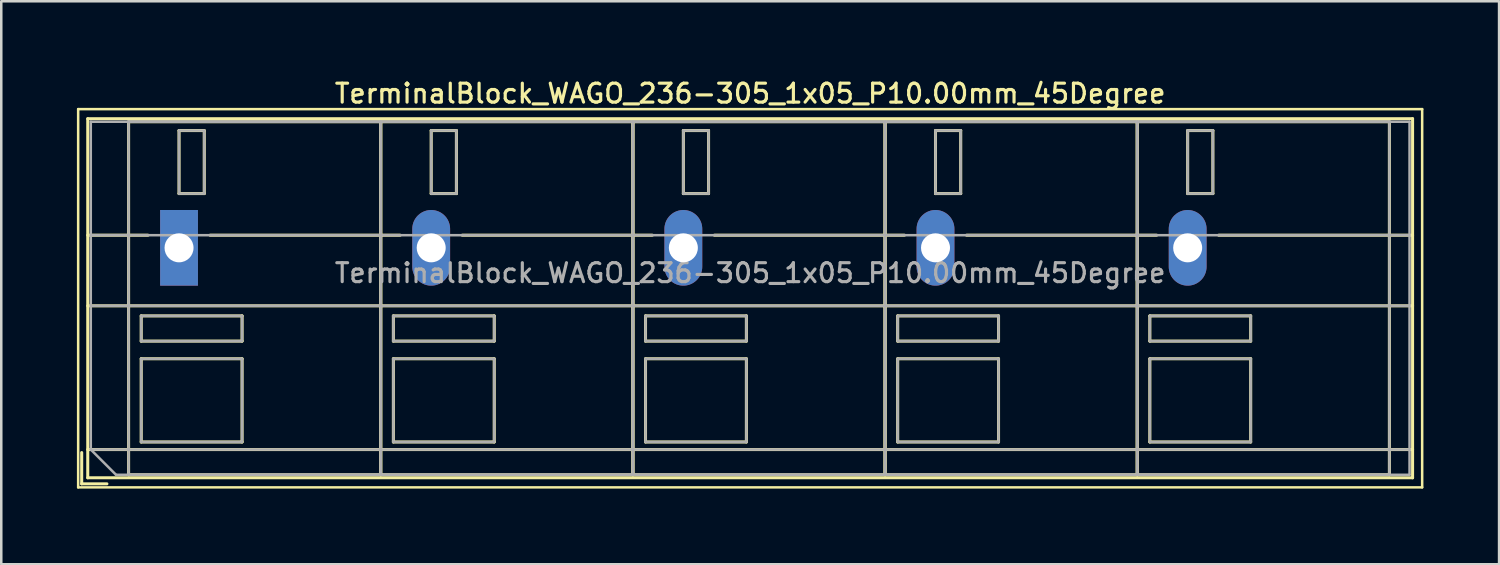
<source format=kicad_pcb>
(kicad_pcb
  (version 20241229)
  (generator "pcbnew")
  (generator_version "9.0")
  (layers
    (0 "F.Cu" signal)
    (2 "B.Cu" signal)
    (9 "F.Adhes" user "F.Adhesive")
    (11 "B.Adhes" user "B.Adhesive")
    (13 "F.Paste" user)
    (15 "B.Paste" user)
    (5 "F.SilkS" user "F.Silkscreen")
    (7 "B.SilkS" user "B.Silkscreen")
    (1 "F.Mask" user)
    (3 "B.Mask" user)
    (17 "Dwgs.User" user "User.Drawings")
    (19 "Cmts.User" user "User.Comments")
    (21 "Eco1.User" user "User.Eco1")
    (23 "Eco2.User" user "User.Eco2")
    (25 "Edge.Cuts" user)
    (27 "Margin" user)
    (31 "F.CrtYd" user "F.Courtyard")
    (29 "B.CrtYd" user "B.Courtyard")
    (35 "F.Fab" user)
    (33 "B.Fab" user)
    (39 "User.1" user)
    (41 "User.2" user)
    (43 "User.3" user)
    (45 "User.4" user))
  (footprint "TerminalBlock_WAGO_236-305_1x05_P10.00mm_45Degree"
    (layer "F.Cu")
    (at 4.05 6.778)
    (property "Reference" "TerminalBlock_WAGO_236-305_1x05_P10.00mm_45Degree" (at 22.65 -6.12 0) (layer "F.SilkS") (effects (font (size 0.75 0.75) (thickness 0.125))))
    (attr through_hole)
    (fp_line (start -4 -5.5) (end -4 9.5) (stroke (width 0.1) (type solid)) (layer "F.SilkS"))
    (fp_line (start -4 9.5) (end 49.3 9.5) (stroke (width 0.1) (type solid)) (layer "F.SilkS"))
    (fp_line (start -3.86 8.12) (end -3.86 9.36) (stroke (width 0.12) (type solid)) (layer "F.SilkS"))
    (fp_line (start -3.86 9.36) (end -2.86 9.36) (stroke (width 0.12) (type solid)) (layer "F.SilkS"))
    (fp_line (start -3.62 -5.12) (end -3.62 9.12) (stroke (width 0.12) (type solid)) (layer "F.SilkS"))
    (fp_line (start -3.62 -5.12) (end 48.92 -5.12) (stroke (width 0.12) (type solid)) (layer "F.SilkS"))
    (fp_line (start -3.62 -0.5) (end -1.23 -0.5) (stroke (width 0.12) (type solid)) (layer "F.SilkS"))
    (fp_line (start -3.62 2.3) (end 48.92 2.3) (stroke (width 0.12) (type solid)) (layer "F.SilkS"))
    (fp_line (start -3.62 8) (end 48.92 8) (stroke (width 0.12) (type solid)) (layer "F.SilkS"))
    (fp_line (start -3.62 9.12) (end 48.92 9.12) (stroke (width 0.12) (type solid)) (layer "F.SilkS"))
    (fp_line (start -2 -5) (end -2 9) (stroke (width 0.12) (type solid)) (layer "F.SilkS"))
    (fp_line (start -2 -5) (end 8 -5) (stroke (width 0.12) (type solid)) (layer "F.SilkS"))
    (fp_line (start -2 9) (end 8 9) (stroke (width 0.12) (type solid)) (layer "F.SilkS"))
    (fp_line (start -1.5 2.7) (end -1.5 3.7) (stroke (width 0.12) (type solid)) (layer "F.SilkS"))
    (fp_line (start -1.5 2.7) (end 2.5 2.7) (stroke (width 0.12) (type solid)) (layer "F.SilkS"))
    (fp_line (start -1.5 3.7) (end 2.5 3.7) (stroke (width 0.12) (type solid)) (layer "F.SilkS"))
    (fp_line (start -1.5 4.4) (end -1.5 7.7) (stroke (width 0.12) (type solid)) (layer "F.SilkS"))
    (fp_line (start -1.5 4.4) (end 2.5 4.4) (stroke (width 0.12) (type solid)) (layer "F.SilkS"))
    (fp_line (start -1.5 7.7) (end 2.5 7.7) (stroke (width 0.12) (type solid)) (layer "F.SilkS"))
    (fp_line (start 0 -4.65) (end 0 -2.151) (stroke (width 0.12) (type solid)) (layer "F.SilkS"))
    (fp_line (start 0 -4.65) (end 1 -4.65) (stroke (width 0.12) (type solid)) (layer "F.SilkS"))
    (fp_line (start 0 -2.151) (end 1 -2.151) (stroke (width 0.12) (type solid)) (layer "F.SilkS"))
    (fp_line (start 1 -4.65) (end 1 -2.151) (stroke (width 0.12) (type solid)) (layer "F.SilkS"))
    (fp_line (start 1.23 -0.5) (end 8.77 -0.5) (stroke (width 0.12) (type solid)) (layer "F.SilkS"))
    (fp_line (start 2.5 2.7) (end 2.5 3.7) (stroke (width 0.12) (type solid)) (layer "F.SilkS"))
    (fp_line (start 2.5 4.4) (end 2.5 7.7) (stroke (width 0.12) (type solid)) (layer "F.SilkS"))
    (fp_line (start 8 -5) (end 8 9) (stroke (width 0.12) (type solid)) (layer "F.SilkS"))
    (fp_line (start 8 -5) (end 8 9) (stroke (width 0.12) (type solid)) (layer "F.SilkS"))
    (fp_line (start 8 -5) (end 18 -5) (stroke (width 0.12) (type solid)) (layer "F.SilkS"))
    (fp_line (start 8 9) (end 18 9) (stroke (width 0.12) (type solid)) (layer "F.SilkS"))
    (fp_line (start 8.5 2.7) (end 8.5 3.7) (stroke (width 0.12) (type solid)) (layer "F.SilkS"))
    (fp_line (start 8.5 2.7) (end 12.5 2.7) (stroke (width 0.12) (type solid)) (layer "F.SilkS"))
    (fp_line (start 8.5 3.7) (end 12.5 3.7) (stroke (width 0.12) (type solid)) (layer "F.SilkS"))
    (fp_line (start 8.5 4.4) (end 8.5 7.7) (stroke (width 0.12) (type solid)) (layer "F.SilkS"))
    (fp_line (start 8.5 4.4) (end 12.5 4.4) (stroke (width 0.12) (type solid)) (layer "F.SilkS"))
    (fp_line (start 8.5 7.7) (end 12.5 7.7) (stroke (width 0.12) (type solid)) (layer "F.SilkS"))
    (fp_line (start 10 -4.65) (end 10 -2.151) (stroke (width 0.12) (type solid)) (layer "F.SilkS"))
    (fp_line (start 10 -4.65) (end 11 -4.65) (stroke (width 0.12) (type solid)) (layer "F.SilkS"))
    (fp_line (start 10 -2.151) (end 11 -2.151) (stroke (width 0.12) (type solid)) (layer "F.SilkS"))
    (fp_line (start 11 -4.65) (end 11 -2.151) (stroke (width 0.12) (type solid)) (layer "F.SilkS"))
    (fp_line (start 11.23 -0.5) (end 18.77 -0.5) (stroke (width 0.12) (type solid)) (layer "F.SilkS"))
    (fp_line (start 12.5 2.7) (end 12.5 3.7) (stroke (width 0.12) (type solid)) (layer "F.SilkS"))
    (fp_line (start 12.5 4.4) (end 12.5 7.7) (stroke (width 0.12) (type solid)) (layer "F.SilkS"))
    (fp_line (start 18 -5) (end 18 9) (stroke (width 0.12) (type solid)) (layer "F.SilkS"))
    (fp_line (start 18 -5) (end 18 9) (stroke (width 0.12) (type solid)) (layer "F.SilkS"))
    (fp_line (start 18 -5) (end 28 -5) (stroke (width 0.12) (type solid)) (layer "F.SilkS"))
    (fp_line (start 18 9) (end 28 9) (stroke (width 0.12) (type solid)) (layer "F.SilkS"))
    (fp_line (start 18.5 2.7) (end 18.5 3.7) (stroke (width 0.12) (type solid)) (layer "F.SilkS"))
    (fp_line (start 18.5 2.7) (end 22.5 2.7) (stroke (width 0.12) (type solid)) (layer "F.SilkS"))
    (fp_line (start 18.5 3.7) (end 22.5 3.7) (stroke (width 0.12) (type solid)) (layer "F.SilkS"))
    (fp_line (start 18.5 4.4) (end 18.5 7.7) (stroke (width 0.12) (type solid)) (layer "F.SilkS"))
    (fp_line (start 18.5 4.4) (end 22.5 4.4) (stroke (width 0.12) (type solid)) (layer "F.SilkS"))
    (fp_line (start 18.5 7.7) (end 22.5 7.7) (stroke (width 0.12) (type solid)) (layer "F.SilkS"))
    (fp_line (start 20 -4.65) (end 20 -2.151) (stroke (width 0.12) (type solid)) (layer "F.SilkS"))
    (fp_line (start 20 -4.65) (end 21 -4.65) (stroke (width 0.12) (type solid)) (layer "F.SilkS"))
    (fp_line (start 20 -2.151) (end 21 -2.151) (stroke (width 0.12) (type solid)) (layer "F.SilkS"))
    (fp_line (start 21 -4.65) (end 21 -2.151) (stroke (width 0.12) (type solid)) (layer "F.SilkS"))
    (fp_line (start 21.23 -0.5) (end 28.77 -0.5) (stroke (width 0.12) (type solid)) (layer "F.SilkS"))
    (fp_line (start 22.5 2.7) (end 22.5 3.7) (stroke (width 0.12) (type solid)) (layer "F.SilkS"))
    (fp_line (start 22.5 4.4) (end 22.5 7.7) (stroke (width 0.12) (type solid)) (layer "F.SilkS"))
    (fp_line (start 28 -5) (end 28 9) (stroke (width 0.12) (type solid)) (layer "F.SilkS"))
    (fp_line (start 28 -5) (end 28 9) (stroke (width 0.12) (type solid)) (layer "F.SilkS"))
    (fp_line (start 28 -5) (end 38 -5) (stroke (width 0.12) (type solid)) (layer "F.SilkS"))
    (fp_line (start 28 9) (end 38 9) (stroke (width 0.12) (type solid)) (layer "F.SilkS"))
    (fp_line (start 28.5 2.7) (end 28.5 3.7) (stroke (width 0.12) (type solid)) (layer "F.SilkS"))
    (fp_line (start 28.5 2.7) (end 32.5 2.7) (stroke (width 0.12) (type solid)) (layer "F.SilkS"))
    (fp_line (start 28.5 3.7) (end 32.5 3.7) (stroke (width 0.12) (type solid)) (layer "F.SilkS"))
    (fp_line (start 28.5 4.4) (end 28.5 7.7) (stroke (width 0.12) (type solid)) (layer "F.SilkS"))
    (fp_line (start 28.5 4.4) (end 32.5 4.4) (stroke (width 0.12) (type solid)) (layer "F.SilkS"))
    (fp_line (start 28.5 7.7) (end 32.5 7.7) (stroke (width 0.12) (type solid)) (layer "F.SilkS"))
    (fp_line (start 30 -4.65) (end 30 -2.151) (stroke (width 0.12) (type solid)) (layer "F.SilkS"))
    (fp_line (start 30 -4.65) (end 31 -4.65) (stroke (width 0.12) (type solid)) (layer "F.SilkS"))
    (fp_line (start 30 -2.151) (end 31 -2.151) (stroke (width 0.12) (type solid)) (layer "F.SilkS"))
    (fp_line (start 31 -4.65) (end 31 -2.151) (stroke (width 0.12) (type solid)) (layer "F.SilkS"))
    (fp_line (start 31.23 -0.5) (end 38.77 -0.5) (stroke (width 0.12) (type solid)) (layer "F.SilkS"))
    (fp_line (start 32.5 2.7) (end 32.5 3.7) (stroke (width 0.12) (type solid)) (layer "F.SilkS"))
    (fp_line (start 32.5 4.4) (end 32.5 7.7) (stroke (width 0.12) (type solid)) (layer "F.SilkS"))
    (fp_line (start 38 -5) (end 38 9) (stroke (width 0.12) (type solid)) (layer "F.SilkS"))
    (fp_line (start 38 -5) (end 38 9) (stroke (width 0.12) (type solid)) (layer "F.SilkS"))
    (fp_line (start 38 -5) (end 48 -5) (stroke (width 0.12) (type solid)) (layer "F.SilkS"))
    (fp_line (start 38 9) (end 48 9) (stroke (width 0.12) (type solid)) (layer "F.SilkS"))
    (fp_line (start 38.5 2.7) (end 38.5 3.7) (stroke (width 0.12) (type solid)) (layer "F.SilkS"))
    (fp_line (start 38.5 2.7) (end 42.5 2.7) (stroke (width 0.12) (type solid)) (layer "F.SilkS"))
    (fp_line (start 38.5 3.7) (end 42.5 3.7) (stroke (width 0.12) (type solid)) (layer "F.SilkS"))
    (fp_line (start 38.5 4.4) (end 38.5 7.7) (stroke (width 0.12) (type solid)) (layer "F.SilkS"))
    (fp_line (start 38.5 4.4) (end 42.5 4.4) (stroke (width 0.12) (type solid)) (layer "F.SilkS"))
    (fp_line (start 38.5 7.7) (end 42.5 7.7) (stroke (width 0.12) (type solid)) (layer "F.SilkS"))
    (fp_line (start 40 -4.65) (end 40 -2.151) (stroke (width 0.12) (type solid)) (layer "F.SilkS"))
    (fp_line (start 40 -4.65) (end 41 -4.65) (stroke (width 0.12) (type solid)) (layer "F.SilkS"))
    (fp_line (start 40 -2.151) (end 41 -2.151) (stroke (width 0.12) (type solid)) (layer "F.SilkS"))
    (fp_line (start 41 -4.65) (end 41 -2.151) (stroke (width 0.12) (type solid)) (layer "F.SilkS"))
    (fp_line (start 41.23 -0.5) (end 48.92 -0.5) (stroke (width 0.12) (type solid)) (layer "F.SilkS"))
    (fp_line (start 42.5 2.7) (end 42.5 3.7) (stroke (width 0.12) (type solid)) (layer "F.SilkS"))
    (fp_line (start 42.5 4.4) (end 42.5 7.7) (stroke (width 0.12) (type solid)) (layer "F.SilkS"))
    (fp_line (start 48 -5) (end 48 9) (stroke (width 0.12) (type solid)) (layer "F.SilkS"))
    (fp_line (start 48.92 -5.12) (end 48.92 9.12) (stroke (width 0.12) (type solid)) (layer "F.SilkS"))
    (fp_line (start 49.3 -5.5) (end -4 -5.5) (stroke (width 0.1) (type solid)) (layer "F.SilkS"))
    (fp_line (start 49.3 9.5) (end 49.3 -5.5) (stroke (width 0.1) (type solid)) (layer "F.SilkS"))
    (fp_line (start -3.5 -5) (end 48.8 -5) (stroke (width 0.1) (type solid)) (layer "F.Fab"))
    (fp_line (start -3.5 -0.5) (end 48.8 -0.5) (stroke (width 0.1) (type solid)) (layer "F.Fab"))
    (fp_line (start -3.5 2.3) (end 48.8 2.3) (stroke (width 0.1) (type solid)) (layer "F.Fab"))
    (fp_line (start -3.5 8) (end -3.5 -5) (stroke (width 0.1) (type solid)) (layer "F.Fab"))
    (fp_line (start -3.5 8) (end 48.8 8) (stroke (width 0.1) (type solid)) (layer "F.Fab"))
    (fp_line (start -2.5 9) (end -3.5 8) (stroke (width 0.1) (type solid)) (layer "F.Fab"))
    (fp_line (start -2 -5) (end -2 9) (stroke (width 0.1) (type solid)) (layer "F.Fab"))
    (fp_line (start -2 9) (end 8 9) (stroke (width 0.1) (type solid)) (layer "F.Fab"))
    (fp_line (start -1.5 2.7) (end -1.5 3.7) (stroke (width 0.1) (type solid)) (layer "F.Fab"))
    (fp_line (start -1.5 3.7) (end 2.5 3.7) (stroke (width 0.1) (type solid)) (layer "F.Fab"))
    (fp_line (start -1.5 4.4) (end -1.5 7.7) (stroke (width 0.1) (type solid)) (layer "F.Fab"))
    (fp_line (start -1.5 7.7) (end 2.5 7.7) (stroke (width 0.1) (type solid)) (layer "F.Fab"))
    (fp_line (start 0 -4.65) (end 0 -2.15) (stroke (width 0.1) (type solid)) (layer "F.Fab"))
    (fp_line (start 0 -2.15) (end 1 -2.15) (stroke (width 0.1) (type solid)) (layer "F.Fab"))
    (fp_line (start 1 -4.65) (end 0 -4.65) (stroke (width 0.1) (type solid)) (layer "F.Fab"))
    (fp_line (start 1 -2.15) (end 1 -4.65) (stroke (width 0.1) (type solid)) (layer "F.Fab"))
    (fp_line (start 2.5 2.7) (end -1.5 2.7) (stroke (width 0.1) (type solid)) (layer "F.Fab"))
    (fp_line (start 2.5 3.7) (end 2.5 2.7) (stroke (width 0.1) (type solid)) (layer "F.Fab"))
    (fp_line (start 2.5 4.4) (end -1.5 4.4) (stroke (width 0.1) (type solid)) (layer "F.Fab"))
    (fp_line (start 2.5 7.7) (end 2.5 4.4) (stroke (width 0.1) (type solid)) (layer "F.Fab"))
    (fp_line (start 8 -5) (end -2 -5) (stroke (width 0.1) (type solid)) (layer "F.Fab"))
    (fp_line (start 8 -5) (end 8 9) (stroke (width 0.1) (type solid)) (layer "F.Fab"))
    (fp_line (start 8 9) (end 8 -5) (stroke (width 0.1) (type solid)) (layer "F.Fab"))
    (fp_line (start 8 9) (end 18 9) (stroke (width 0.1) (type solid)) (layer "F.Fab"))
    (fp_line (start 8.5 2.7) (end 8.5 3.7) (stroke (width 0.1) (type solid)) (layer "F.Fab"))
    (fp_line (start 8.5 3.7) (end 12.5 3.7) (stroke (width 0.1) (type solid)) (layer "F.Fab"))
    (fp_line (start 8.5 4.4) (end 8.5 7.7) (stroke (width 0.1) (type solid)) (layer "F.Fab"))
    (fp_line (start 8.5 7.7) (end 12.5 7.7) (stroke (width 0.1) (type solid)) (layer "F.Fab"))
    (fp_line (start 10 -4.65) (end 10 -2.15) (stroke (width 0.1) (type solid)) (layer "F.Fab"))
    (fp_line (start 10 -2.15) (end 11 -2.15) (stroke (width 0.1) (type solid)) (layer "F.Fab"))
    (fp_line (start 11 -4.65) (end 10 -4.65) (stroke (width 0.1) (type solid)) (layer "F.Fab"))
    (fp_line (start 11 -2.15) (end 11 -4.65) (stroke (width 0.1) (type solid)) (layer "F.Fab"))
    (fp_line (start 12.5 2.7) (end 8.5 2.7) (stroke (width 0.1) (type solid)) (layer "F.Fab"))
    (fp_line (start 12.5 3.7) (end 12.5 2.7) (stroke (width 0.1) (type solid)) (layer "F.Fab"))
    (fp_line (start 12.5 4.4) (end 8.5 4.4) (stroke (width 0.1) (type solid)) (layer "F.Fab"))
    (fp_line (start 12.5 7.7) (end 12.5 4.4) (stroke (width 0.1) (type solid)) (layer "F.Fab"))
    (fp_line (start 18 -5) (end 8 -5) (stroke (width 0.1) (type solid)) (layer "F.Fab"))
    (fp_line (start 18 -5) (end 18 9) (stroke (width 0.1) (type solid)) (layer "F.Fab"))
    (fp_line (start 18 9) (end 18 -5) (stroke (width 0.1) (type solid)) (layer "F.Fab"))
    (fp_line (start 18 9) (end 28 9) (stroke (width 0.1) (type solid)) (layer "F.Fab"))
    (fp_line (start 18.5 2.7) (end 18.5 3.7) (stroke (width 0.1) (type solid)) (layer "F.Fab"))
    (fp_line (start 18.5 3.7) (end 22.5 3.7) (stroke (width 0.1) (type solid)) (layer "F.Fab"))
    (fp_line (start 18.5 4.4) (end 18.5 7.7) (stroke (width 0.1) (type solid)) (layer "F.Fab"))
    (fp_line (start 18.5 7.7) (end 22.5 7.7) (stroke (width 0.1) (type solid)) (layer "F.Fab"))
    (fp_line (start 20 -4.65) (end 20 -2.15) (stroke (width 0.1) (type solid)) (layer "F.Fab"))
    (fp_line (start 20 -2.15) (end 21 -2.15) (stroke (width 0.1) (type solid)) (layer "F.Fab"))
    (fp_line (start 21 -4.65) (end 20 -4.65) (stroke (width 0.1) (type solid)) (layer "F.Fab"))
    (fp_line (start 21 -2.15) (end 21 -4.65) (stroke (width 0.1) (type solid)) (layer "F.Fab"))
    (fp_line (start 22.5 2.7) (end 18.5 2.7) (stroke (width 0.1) (type solid)) (layer "F.Fab"))
    (fp_line (start 22.5 3.7) (end 22.5 2.7) (stroke (width 0.1) (type solid)) (layer "F.Fab"))
    (fp_line (start 22.5 4.4) (end 18.5 4.4) (stroke (width 0.1) (type solid)) (layer "F.Fab"))
    (fp_line (start 22.5 7.7) (end 22.5 4.4) (stroke (width 0.1) (type solid)) (layer "F.Fab"))
    (fp_line (start 28 -5) (end 18 -5) (stroke (width 0.1) (type solid)) (layer "F.Fab"))
    (fp_line (start 28 -5) (end 28 9) (stroke (width 0.1) (type solid)) (layer "F.Fab"))
    (fp_line (start 28 9) (end 28 -5) (stroke (width 0.1) (type solid)) (layer "F.Fab"))
    (fp_line (start 28 9) (end 38 9) (stroke (width 0.1) (type solid)) (layer "F.Fab"))
    (fp_line (start 28.5 2.7) (end 28.5 3.7) (stroke (width 0.1) (type solid)) (layer "F.Fab"))
    (fp_line (start 28.5 3.7) (end 32.5 3.7) (stroke (width 0.1) (type solid)) (layer "F.Fab"))
    (fp_line (start 28.5 4.4) (end 28.5 7.7) (stroke (width 0.1) (type solid)) (layer "F.Fab"))
    (fp_line (start 28.5 7.7) (end 32.5 7.7) (stroke (width 0.1) (type solid)) (layer "F.Fab"))
    (fp_line (start 30 -4.65) (end 30 -2.15) (stroke (width 0.1) (type solid)) (layer "F.Fab"))
    (fp_line (start 30 -2.15) (end 31 -2.15) (stroke (width 0.1) (type solid)) (layer "F.Fab"))
    (fp_line (start 31 -4.65) (end 30 -4.65) (stroke (width 0.1) (type solid)) (layer "F.Fab"))
    (fp_line (start 31 -2.15) (end 31 -4.65) (stroke (width 0.1) (type solid)) (layer "F.Fab"))
    (fp_line (start 32.5 2.7) (end 28.5 2.7) (stroke (width 0.1) (type solid)) (layer "F.Fab"))
    (fp_line (start 32.5 3.7) (end 32.5 2.7) (stroke (width 0.1) (type solid)) (layer "F.Fab"))
    (fp_line (start 32.5 4.4) (end 28.5 4.4) (stroke (width 0.1) (type solid)) (layer "F.Fab"))
    (fp_line (start 32.5 7.7) (end 32.5 4.4) (stroke (width 0.1) (type solid)) (layer "F.Fab"))
    (fp_line (start 38 -5) (end 28 -5) (stroke (width 0.1) (type solid)) (layer "F.Fab"))
    (fp_line (start 38 -5) (end 38 9) (stroke (width 0.1) (type solid)) (layer "F.Fab"))
    (fp_line (start 38 9) (end 38 -5) (stroke (width 0.1) (type solid)) (layer "F.Fab"))
    (fp_line (start 38 9) (end 48 9) (stroke (width 0.1) (type solid)) (layer "F.Fab"))
    (fp_line (start 38.5 2.7) (end 38.5 3.7) (stroke (width 0.1) (type solid)) (layer "F.Fab"))
    (fp_line (start 38.5 3.7) (end 42.5 3.7) (stroke (width 0.1) (type solid)) (layer "F.Fab"))
    (fp_line (start 38.5 4.4) (end 38.5 7.7) (stroke (width 0.1) (type solid)) (layer "F.Fab"))
    (fp_line (start 38.5 7.7) (end 42.5 7.7) (stroke (width 0.1) (type solid)) (layer "F.Fab"))
    (fp_line (start 40 -4.65) (end 40 -2.15) (stroke (width 0.1) (type solid)) (layer "F.Fab"))
    (fp_line (start 40 -2.15) (end 41 -2.15) (stroke (width 0.1) (type solid)) (layer "F.Fab"))
    (fp_line (start 41 -4.65) (end 40 -4.65) (stroke (width 0.1) (type solid)) (layer "F.Fab"))
    (fp_line (start 41 -2.15) (end 41 -4.65) (stroke (width 0.1) (type solid)) (layer "F.Fab"))
    (fp_line (start 42.5 2.7) (end 38.5 2.7) (stroke (width 0.1) (type solid)) (layer "F.Fab"))
    (fp_line (start 42.5 3.7) (end 42.5 2.7) (stroke (width 0.1) (type solid)) (layer "F.Fab"))
    (fp_line (start 42.5 4.4) (end 38.5 4.4) (stroke (width 0.1) (type solid)) (layer "F.Fab"))
    (fp_line (start 42.5 7.7) (end 42.5 4.4) (stroke (width 0.1) (type solid)) (layer "F.Fab"))
    (fp_line (start 48 -5) (end 38 -5) (stroke (width 0.1) (type solid)) (layer "F.Fab"))
    (fp_line (start 48 9) (end 48 -5) (stroke (width 0.1) (type solid)) (layer "F.Fab"))
    (fp_line (start 48.8 -5) (end 48.8 9) (stroke (width 0.1) (type solid)) (layer "F.Fab"))
    (fp_line (start 48.8 9) (end -2.5 9) (stroke (width 0.1) (type solid)) (layer "F.Fab"))
    (fp_text user "${REFERENCE}" (at 22.65 1 0) (layer "F.Fab") (effects (font (size 0.75 0.75) (thickness 0.125))))
    (pad "1" thru_hole rect (at 0 0) (size 1.5 3) (drill 1.15) (layers "*.Cu" "*.Mask"))
    (pad "2" thru_hole oval (at 10 0) (size 1.5 3) (drill 1.15) (layers "*.Cu" "*.Mask"))
    (pad "3" thru_hole oval (at 20 0) (size 1.5 3) (drill 1.15) (layers "*.Cu" "*.Mask"))
    (pad "4" thru_hole oval (at 30 0) (size 1.5 3) (drill 1.15) (layers "*.Cu" "*.Mask"))
    (pad "5" thru_hole oval (at 40 0) (size 1.5 3) (drill 1.15) (layers "*.Cu" "*.Mask")))
  (gr_rect
    (start -3 -3)
    (end 56.4 19.328)
    (stroke (width 0.1) (type default))
    (fill no)
    (layer "Edge.Cuts")))
</source>
